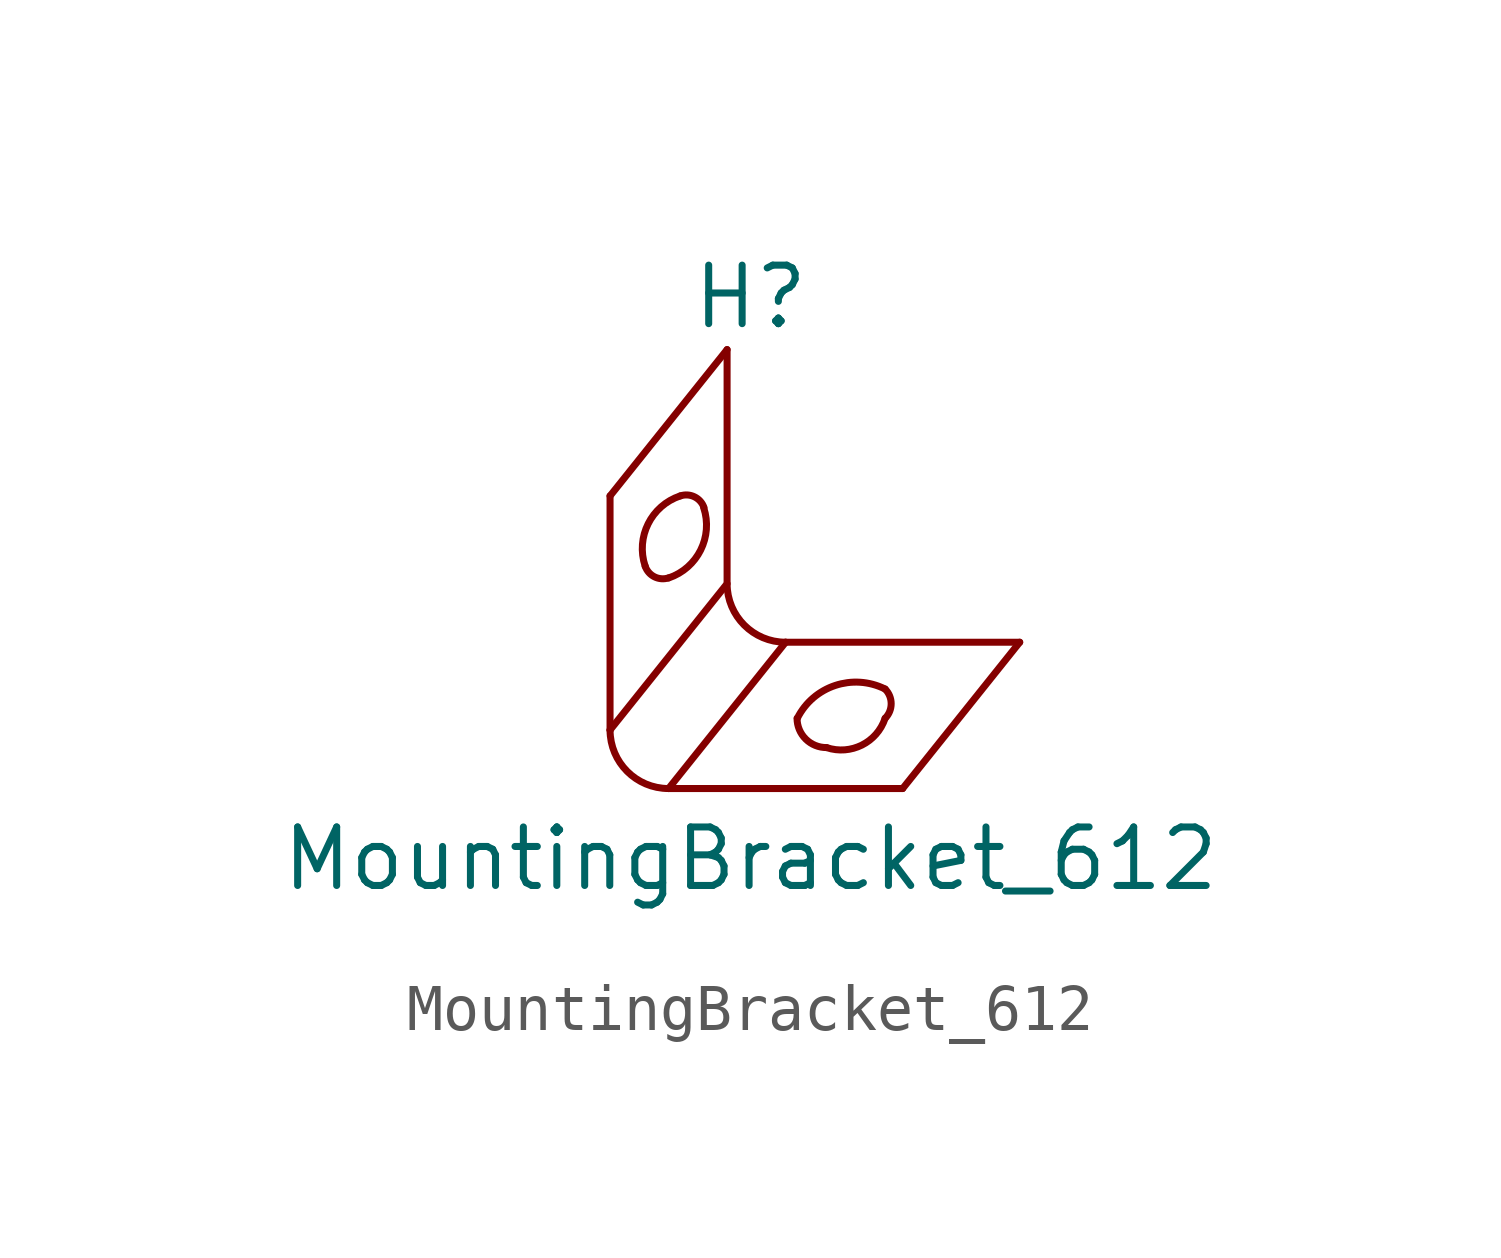
<source format=kicad_sym>
(kicad_symbol_lib
  (version 20241209)
  (generator "kicad_symbol_editor")
  (generator_version "9.0")
  (symbol "MountingBracket_612"
    (pin_names
      (offset 1.016))
    (property "Reference" "H"
      (at 0 6.35 0)
      (effects (font (size 1.27 1.27))))
    (property "Value" "MountingBracket_612"
      (at 0 -5.842 0)
      (effects (font (size 1.27 1.27))))
    (symbol "MountingBracket_612_0_1"
      (polyline (pts (xy -3.048 2.032) (xy -3.048 -3.048)) (stroke (width 0) (type default)) (fill (type none)))
      (polyline (pts (xy -3.048 2.032) (xy -0.508 5.207)) (stroke (width 0) (type default)) (fill (type none)))
      (arc (start -1.016 1.778) (mid -1.0814 0.8582) (end -1.778 0.254) (stroke (width 0) (type default)) (fill (type none)))
      (arc (start -1.778 0.254) (mid -2.0846 0.2758) (end -2.286 0.508) (stroke (width 0) (type default)) (fill (type none)))
      (polyline (pts (xy -1.778 -4.318) (xy 3.302 -4.318)) (stroke (width 0) (type default)) (fill (type none)))
      (arc (start -1.778 -4.318) (mid -2.676 -3.946) (end -3.048 -3.048) (stroke (width 0) (type default)) (fill (type none)))
      (arc (start -1.524 2.032) (mid -1.2174 2.0102) (end -1.016 1.778) (stroke (width 0) (type default)) (fill (type none)))
      (arc (start -2.286 0.508) (mid -2.2206 1.4278) (end -1.524 2.032) (stroke (width 0) (type default)) (fill (type none)))
      (polyline (pts (xy -0.508 5.207) (xy -0.508 0.127) (xy -3.048 -3.048)) (stroke (width 0) (type default)) (fill (type none)))
      (arc (start 0.762 -1.143) (mid -0.136 -0.771) (end -0.508 0.127) (stroke (width 0) (type default)) (fill (type none)))
      (polyline (pts (xy 0.762 -1.143) (xy -1.778 -4.318)) (stroke (width 0) (type default)) (fill (type none)))
      (polyline (pts (xy 0.762 -1.143) (xy 5.842 -1.143)) (stroke (width 0) (type default)) (fill (type none)))
      (arc (start 1.651 -3.429) (mid 1.202 -3.243) (end 1.016 -2.794) (stroke (width 0) (type default)) (fill (type none)))
      (arc (start 2.921 -2.794) (mid 2.4175 -3.3745) (end 1.651 -3.429) (stroke (width 0) (type default)) (fill (type none)))
      (arc (start 1.016 -2.794) (mid 1.837 -2.082) (end 2.921 -2.159) (stroke (width 0) (type default)) (fill (type none)))
      (arc (start 2.921 -2.159) (mid 3.0525 -2.4765) (end 2.921 -2.794) (stroke (width 0) (type default)) (fill (type none)))
      (polyline (pts (xy 3.302 -4.318) (xy 5.842 -1.143)) (stroke (width 0) (type default)) (fill (type none))))))
</source>
